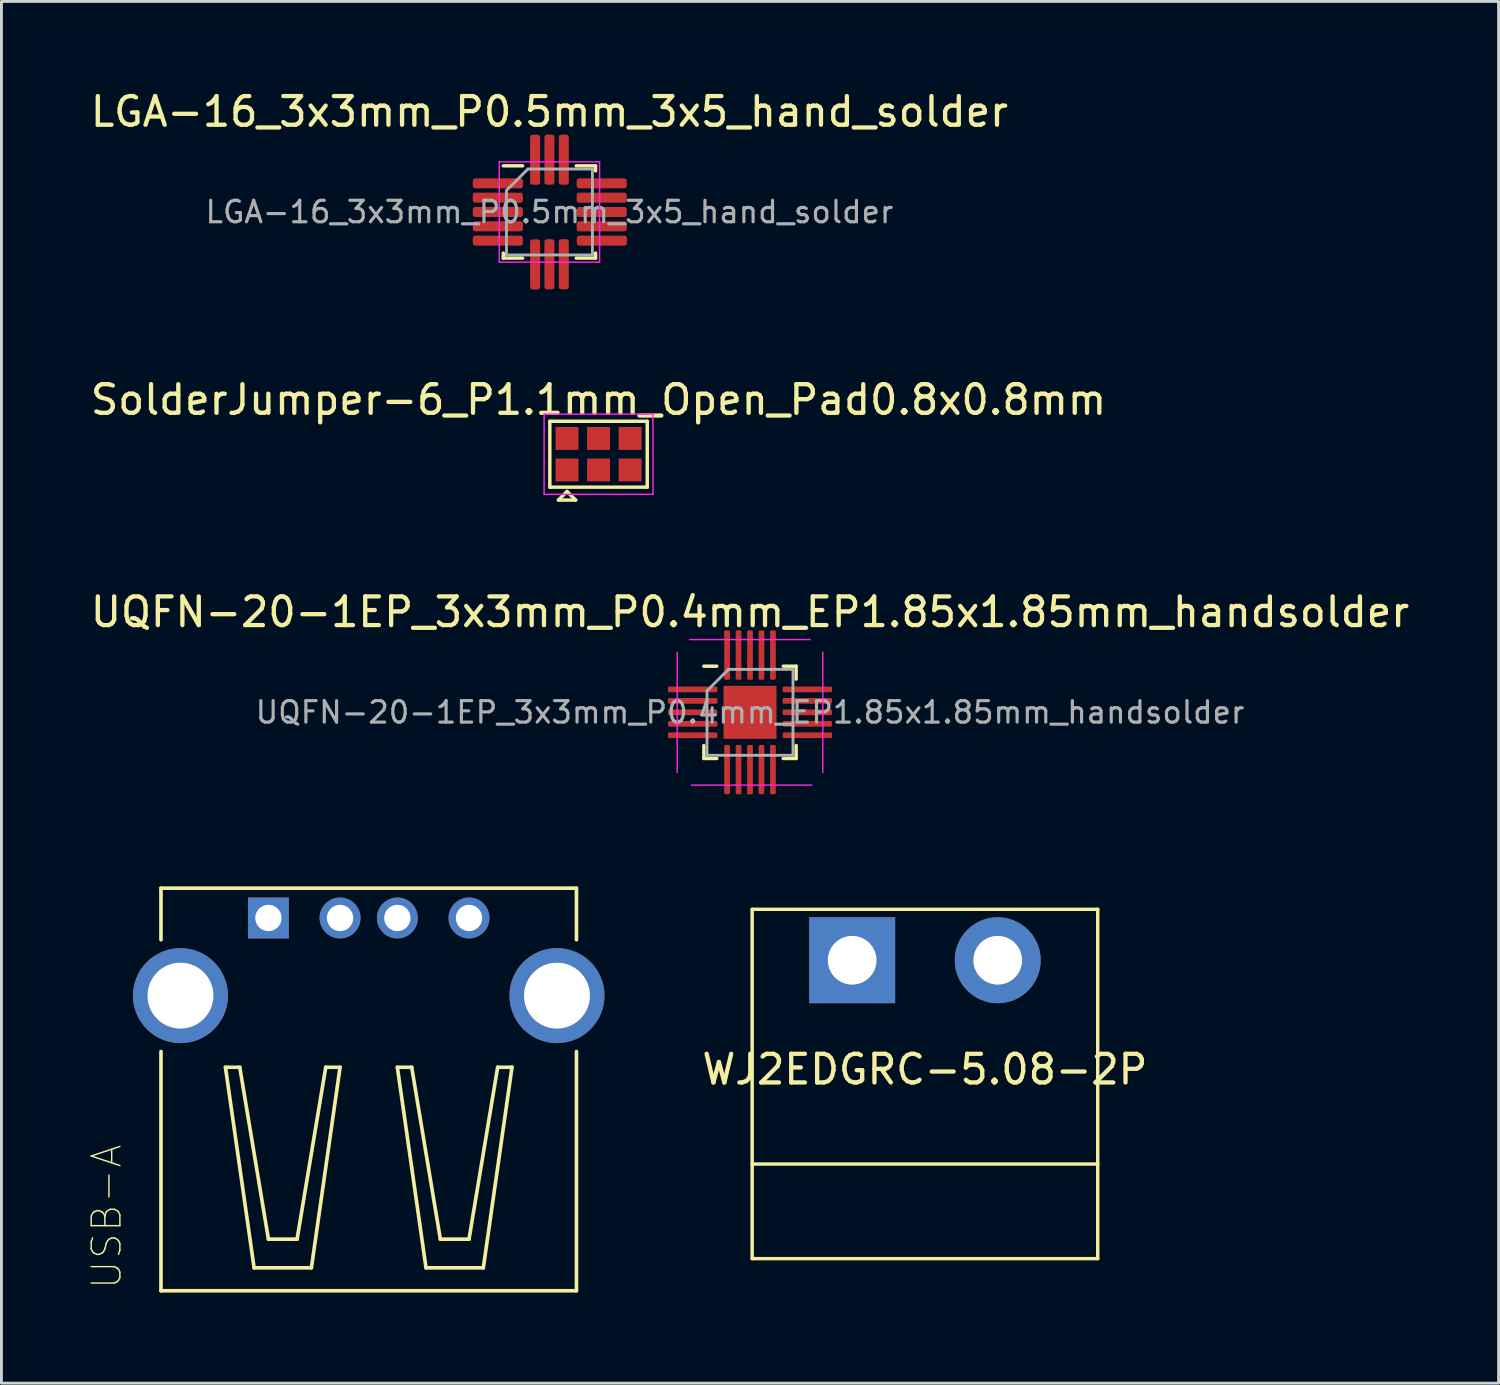
<source format=kicad_pcb>
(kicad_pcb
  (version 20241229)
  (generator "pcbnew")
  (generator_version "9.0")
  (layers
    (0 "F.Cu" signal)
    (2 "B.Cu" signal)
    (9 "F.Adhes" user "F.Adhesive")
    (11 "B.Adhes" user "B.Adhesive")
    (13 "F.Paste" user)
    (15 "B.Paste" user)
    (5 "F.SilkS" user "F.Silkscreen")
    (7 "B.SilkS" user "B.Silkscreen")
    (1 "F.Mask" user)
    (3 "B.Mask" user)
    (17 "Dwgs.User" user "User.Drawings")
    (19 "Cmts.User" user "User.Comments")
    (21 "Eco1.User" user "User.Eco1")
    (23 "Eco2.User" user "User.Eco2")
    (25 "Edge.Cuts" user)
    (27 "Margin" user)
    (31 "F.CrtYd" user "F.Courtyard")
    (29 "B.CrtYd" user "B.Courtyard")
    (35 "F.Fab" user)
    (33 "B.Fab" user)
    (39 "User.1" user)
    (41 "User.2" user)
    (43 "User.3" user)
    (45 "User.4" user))
  (footprint "WJ2EDGRC-5.08-2P"
    (layer "F.Cu")
    (at 29.23 27.922)
    (property "Reference" "WJ2EDGRC-5.08-2P" (at 0 6.35 0) (layer "F.SilkS") (effects (font (size 1 1) (thickness 0.15))))
    (attr through_hole)
    (fp_line (start -6.03 0.762) (end -6.03 12.954) (stroke (width 0.12) (type solid)) (layer "F.SilkS"))
    (fp_line (start -6.03 0.762) (end 6.03 0.762) (stroke (width 0.12) (type solid)) (layer "F.SilkS"))
    (fp_line (start -6.03 9.652) (end 6.03 9.652) (stroke (width 0.12) (type solid)) (layer "F.SilkS"))
    (fp_line (start -6.03 12.954) (end 6.03 12.954) (stroke (width 0.12) (type solid)) (layer "F.SilkS"))
    (fp_line (start 6.03 0.762) (end 6.03 12.954) (stroke (width 0.12) (type solid)) (layer "F.SilkS"))
    (pad "1" thru_hole rect (at -2.54 2.54) (size 3 3) (drill 1.7) (layers "*.Cu" "*.Mask"))
    (pad "2" thru_hole circle (at 2.54 2.54) (size 3 3) (drill 1.7) (layers "*.Cu" "*.Mask")))
  (footprint "LGA-16_3x3mm_P0.5mm_3x5_hand_solder"
    (layer "F.Cu")
    (at 16.125 4.348)
    (property "Reference" "LGA-16_3x3mm_P0.5mm_3x5_hand_solder" (at 0 -3.5 0) (layer "F.SilkS") (effects (font (size 1 1) (thickness 0.15))))
    (attr smd)
    (fp_line (start -1.61 1.61) (end -1.61 1.435) (stroke (width 0.12) (type solid)) (layer "F.SilkS"))
    (fp_line (start -0.935 -1.61) (end -1.61 -1.61) (stroke (width 0.12) (type solid)) (layer "F.SilkS"))
    (fp_line (start -0.935 1.61) (end -1.61 1.61) (stroke (width 0.12) (type solid)) (layer "F.SilkS"))
    (fp_line (start 0.935 -1.61) (end 1.61 -1.61) (stroke (width 0.12) (type solid)) (layer "F.SilkS"))
    (fp_line (start 0.935 1.61) (end 1.61 1.61) (stroke (width 0.12) (type solid)) (layer "F.SilkS"))
    (fp_line (start 1.61 -1.61) (end 1.61 -1.435) (stroke (width 0.12) (type solid)) (layer "F.SilkS"))
    (fp_line (start 1.61 1.61) (end 1.61 1.435) (stroke (width 0.12) (type solid)) (layer "F.SilkS"))
    (fp_line (start -1.75 -1.75) (end -1.75 1.75) (stroke (width 0.05) (type solid)) (layer "F.CrtYd"))
    (fp_line (start -1.75 1.75) (end 1.75 1.75) (stroke (width 0.05) (type solid)) (layer "F.CrtYd"))
    (fp_line (start 1.75 -1.75) (end -1.75 -1.75) (stroke (width 0.05) (type solid)) (layer "F.CrtYd"))
    (fp_line (start 1.75 1.75) (end 1.75 -1.75) (stroke (width 0.05) (type solid)) (layer "F.CrtYd"))
    (fp_line (start -1.5 -0.75) (end -0.75 -1.5) (stroke (width 0.1) (type solid)) (layer "F.Fab"))
    (fp_line (start -1.5 1.5) (end -1.5 -0.75) (stroke (width 0.1) (type solid)) (layer "F.Fab"))
    (fp_line (start -0.75 -1.5) (end 1.5 -1.5) (stroke (width 0.1) (type solid)) (layer "F.Fab"))
    (fp_line (start 1.5 -1.5) (end 1.5 1.5) (stroke (width 0.1) (type solid)) (layer "F.Fab"))
    (fp_line (start 1.5 1.5) (end -1.5 1.5) (stroke (width 0.1) (type solid)) (layer "F.Fab"))
    (fp_text user "${REFERENCE}" (at 0 0 0) (layer "F.Fab") (effects (font (size 0.75 0.75) (thickness 0.11))))
    (pad "1" smd roundrect (at -1.8 -1) (size 1.75 0.35) (layers "F.Cu" "F.Mask" "F.Paste") (roundrect_rratio 0.25))
    (pad "2" smd roundrect (at -1.8 -0.5) (size 1.75 0.35) (layers "F.Cu" "F.Mask" "F.Paste") (roundrect_rratio 0.25))
    (pad "3" smd roundrect (at -1.8 0) (size 1.75 0.35) (layers "F.Cu" "F.Mask" "F.Paste") (roundrect_rratio 0.25))
    (pad "4" smd roundrect (at -1.8 0.5) (size 1.75 0.35) (layers "F.Cu" "F.Mask" "F.Paste") (roundrect_rratio 0.25))
    (pad "5" smd roundrect (at -1.8 1) (size 1.75 0.35) (layers "F.Cu" "F.Mask" "F.Paste") (roundrect_rratio 0.25))
    (pad "6" smd roundrect (at -0.5 1.83) (size 0.35 1.75) (layers "F.Cu" "F.Mask" "F.Paste") (roundrect_rratio 0.25))
    (pad "7" smd roundrect (at 0 1.825) (size 0.35 1.75) (layers "F.Cu" "F.Mask" "F.Paste") (roundrect_rratio 0.25))
    (pad "8" smd roundrect (at 0.5 1.825) (size 0.35 1.75) (layers "F.Cu" "F.Mask" "F.Paste") (roundrect_rratio 0.25))
    (pad "9" smd roundrect (at 1.83 1) (size 1.75 0.35) (layers "F.Cu" "F.Mask" "F.Paste") (roundrect_rratio 0.25))
    (pad "10" smd roundrect (at 1.825 0.5) (size 1.75 0.35) (layers "F.Cu" "F.Mask" "F.Paste") (roundrect_rratio 0.25))
    (pad "11" smd roundrect (at 1.825 0) (size 1.75 0.35) (layers "F.Cu" "F.Mask" "F.Paste") (roundrect_rratio 0.25))
    (pad "12" smd roundrect (at 1.825 -0.5) (size 1.75 0.35) (layers "F.Cu" "F.Mask" "F.Paste") (roundrect_rratio 0.25))
    (pad "13" smd roundrect (at 1.825 -1) (size 1.75 0.35) (layers "F.Cu" "F.Mask" "F.Paste") (roundrect_rratio 0.25))
    (pad "14" smd roundrect (at 0.5 -1.825) (size 0.35 1.75) (layers "F.Cu" "F.Mask" "F.Paste") (roundrect_rratio 0.25))
    (pad "15" smd roundrect (at 0 -1.825) (size 0.35 1.75) (layers "F.Cu" "F.Mask" "F.Paste") (roundrect_rratio 0.25))
    (pad "16" smd roundrect (at -0.5 -1.825) (size 0.35 1.75) (layers "F.Cu" "F.Mask" "F.Paste") (roundrect_rratio 0.25)))
  (footprint "UQFN-20-1EP_3x3mm_P0.4mm_EP1.85x1.85mm_handsolder"
    (layer "F.Cu")
    (at 23.125 21.81)
    (property "Reference" "UQFN-20-1EP_3x3mm_P0.4mm_EP1.85x1.85mm_handsolder" (at 0 -3.5 0) (layer "F.SilkS") (effects (font (size 1 1) (thickness 0.15))))
    (attr smd)
    (fp_line (start -1.61 1.61) (end -1.61 1.16) (stroke (width 0.12) (type solid)) (layer "F.SilkS"))
    (fp_line (start -1.16 -1.61) (end -1.61 -1.61) (stroke (width 0.12) (type solid)) (layer "F.SilkS"))
    (fp_line (start -1.16 1.61) (end -1.61 1.61) (stroke (width 0.12) (type solid)) (layer "F.SilkS"))
    (fp_line (start 1.16 -1.61) (end 1.61 -1.61) (stroke (width 0.12) (type solid)) (layer "F.SilkS"))
    (fp_line (start 1.16 1.61) (end 1.61 1.61) (stroke (width 0.12) (type solid)) (layer "F.SilkS"))
    (fp_line (start 1.61 -1.61) (end 1.61 -1.16) (stroke (width 0.12) (type solid)) (layer "F.SilkS"))
    (fp_line (start 1.61 1.61) (end 1.61 1.16) (stroke (width 0.12) (type solid)) (layer "F.SilkS"))
    (fp_line (start -2.54 -2.1) (end -2.54 2.1) (stroke (width 0.05) (type solid)) (layer "F.CrtYd"))
    (fp_line (start -2.041 2.54) (end 2.159 2.54) (stroke (width 0.05) (type solid)) (layer "F.CrtYd"))
    (fp_line (start 2.1 -2.54) (end -2.1 -2.54) (stroke (width 0.05) (type solid)) (layer "F.CrtYd"))
    (fp_line (start 2.54 2.1) (end 2.54 -2.1) (stroke (width 0.05) (type solid)) (layer "F.CrtYd"))
    (fp_line (start -1.5 -0.75) (end -0.75 -1.5) (stroke (width 0.1) (type solid)) (layer "F.Fab"))
    (fp_line (start -1.5 1.5) (end -1.5 -0.75) (stroke (width 0.1) (type solid)) (layer "F.Fab"))
    (fp_line (start -0.75 -1.5) (end 1.5 -1.5) (stroke (width 0.1) (type solid)) (layer "F.Fab"))
    (fp_line (start 1.5 -1.5) (end 1.5 1.5) (stroke (width 0.1) (type solid)) (layer "F.Fab"))
    (fp_line (start 1.5 1.5) (end -1.5 1.5) (stroke (width 0.1) (type solid)) (layer "F.Fab"))
    (fp_text user "${REFERENCE}" (at 0 0 0) (layer "F.Fab") (effects (font (size 0.75 0.75) (thickness 0.11))))
    (pad "" smd roundrect (at -0.46 -0.46) (size 0.75 0.75) (layers "F.Paste") (roundrect_rratio 0.25))
    (pad "" smd roundrect (at -0.46 0.46) (size 0.75 0.75) (layers "F.Paste") (roundrect_rratio 0.25))
    (pad "" smd roundrect (at 0.46 -0.46) (size 0.75 0.75) (layers "F.Paste") (roundrect_rratio 0.25))
    (pad "" smd roundrect (at 0.46 0.46) (size 0.75 0.75) (layers "F.Paste") (roundrect_rratio 0.25))
    (pad "1" smd roundrect (at -2 -0.8) (size 1.725 0.2) (layers "F.Cu" "F.Mask" "F.Paste") (roundrect_rratio 0.25))
    (pad "2" smd roundrect (at -2 -0.4) (size 1.725 0.2) (layers "F.Cu" "F.Mask" "F.Paste") (roundrect_rratio 0.25))
    (pad "3" smd roundrect (at -2 0) (size 1.725 0.2) (layers "F.Cu" "F.Mask" "F.Paste") (roundrect_rratio 0.25))
    (pad "4" smd roundrect (at -2 0.4) (size 1.725 0.2) (layers "F.Cu" "F.Mask" "F.Paste") (roundrect_rratio 0.25))
    (pad "5" smd roundrect (at -2 0.8) (size 1.725 0.2) (layers "F.Cu" "F.Mask" "F.Paste") (roundrect_rratio 0.25))
    (pad "6" smd roundrect (at -0.8 2) (size 0.2 1.725) (layers "F.Cu" "F.Mask" "F.Paste") (roundrect_rratio 0.25))
    (pad "7" smd roundrect (at -0.4 2) (size 0.2 1.725) (layers "F.Cu" "F.Mask" "F.Paste") (roundrect_rratio 0.25))
    (pad "8" smd roundrect (at 0 2) (size 0.2 1.725) (layers "F.Cu" "F.Mask" "F.Paste") (roundrect_rratio 0.25))
    (pad "9" smd roundrect (at 0.4 2) (size 0.2 1.725) (layers "F.Cu" "F.Mask" "F.Paste") (roundrect_rratio 0.25))
    (pad "10" smd roundrect (at 0.8 2) (size 0.2 1.725) (layers "F.Cu" "F.Mask" "F.Paste") (roundrect_rratio 0.25))
    (pad "11" smd roundrect (at 2 0.8) (size 1.725 0.2) (layers "F.Cu" "F.Mask" "F.Paste") (roundrect_rratio 0.25))
    (pad "12" smd roundrect (at 2 0.4) (size 1.725 0.2) (layers "F.Cu" "F.Mask" "F.Paste") (roundrect_rratio 0.25))
    (pad "13" smd roundrect (at 2 0) (size 1.725 0.2) (layers "F.Cu" "F.Mask" "F.Paste") (roundrect_rratio 0.25))
    (pad "14" smd roundrect (at 2 -0.4) (size 1.725 0.2) (layers "F.Cu" "F.Mask" "F.Paste") (roundrect_rratio 0.25))
    (pad "15" smd roundrect (at 2 -0.8) (size 1.725 0.2) (layers "F.Cu" "F.Mask" "F.Paste") (roundrect_rratio 0.25))
    (pad "16" smd roundrect (at 0.8 -2) (size 0.2 1.725) (layers "F.Cu" "F.Mask" "F.Paste") (roundrect_rratio 0.25))
    (pad "17" smd roundrect (at 0.4 -2) (size 0.2 1.725) (layers "F.Cu" "F.Mask" "F.Paste") (roundrect_rratio 0.25))
    (pad "18" smd roundrect (at 0 -2) (size 0.2 1.725) (layers "F.Cu" "F.Mask" "F.Paste") (roundrect_rratio 0.25))
    (pad "19" smd roundrect (at -0.4 -2) (size 0.2 1.725) (layers "F.Cu" "F.Mask" "F.Paste") (roundrect_rratio 0.25))
    (pad "20" smd roundrect (at -0.8 -2) (size 0.2 1.725) (layers "F.Cu" "F.Mask" "F.Paste") (roundrect_rratio 0.25))
    (pad "21" smd rect (at 0 0) (size 1.85 1.85) (layers "F.Cu" "F.Mask")))
  (footprint "USB-A"
    (layer "F.Cu")
    (at 9.818 31.697)
    (property "Reference" "USB-A" (at -9.145 7.718 90) (layer "F.SilkS") (effects (font (size 1.001 1.001) (thickness 0.05))))
    (attr through_hole)
    (fp_line (start -7.25 -3.75) (end 7.25 -3.75) (stroke (width 0.127) (type solid)) (layer "F.SilkS"))
    (fp_line (start -7.25 -1.95) (end -7.25 -3.75) (stroke (width 0.127) (type solid)) (layer "F.SilkS"))
    (fp_line (start -7.25 10.3) (end -7.25 1.95) (stroke (width 0.127) (type solid)) (layer "F.SilkS"))
    (fp_line (start -5 2.5) (end -4.5 2.5) (stroke (width 0.127) (type solid)) (layer "F.SilkS"))
    (fp_line (start -4.5 2.5) (end -3.5 8.5) (stroke (width 0.127) (type solid)) (layer "F.SilkS"))
    (fp_line (start -4 9.5) (end -5 2.5) (stroke (width 0.127) (type solid)) (layer "F.SilkS"))
    (fp_line (start -3.5 8.5) (end -2.5 8.5) (stroke (width 0.127) (type solid)) (layer "F.SilkS"))
    (fp_line (start -2.5 8.5) (end -1.5 2.5) (stroke (width 0.127) (type solid)) (layer "F.SilkS"))
    (fp_line (start -2 9.5) (end -4 9.5) (stroke (width 0.127) (type solid)) (layer "F.SilkS"))
    (fp_line (start -1.5 2.5) (end -1 2.5) (stroke (width 0.127) (type solid)) (layer "F.SilkS"))
    (fp_line (start -1 2.5) (end -2 9.5) (stroke (width 0.127) (type solid)) (layer "F.SilkS"))
    (fp_line (start 1 2.5) (end 1.5 2.5) (stroke (width 0.127) (type solid)) (layer "F.SilkS"))
    (fp_line (start 1 2.5) (end 2 9.5) (stroke (width 0.127) (type solid)) (layer "F.SilkS"))
    (fp_line (start 1.5 2.5) (end 2.5 8.5) (stroke (width 0.127) (type solid)) (layer "F.SilkS"))
    (fp_line (start 2 9.5) (end 4 9.5) (stroke (width 0.127) (type solid)) (layer "F.SilkS"))
    (fp_line (start 2.5 8.5) (end 3.5 8.5) (stroke (width 0.127) (type solid)) (layer "F.SilkS"))
    (fp_line (start 3.5 8.5) (end 4.5 2.5) (stroke (width 0.127) (type solid)) (layer "F.SilkS"))
    (fp_line (start 4 9.5) (end 5 2.5) (stroke (width 0.127) (type solid)) (layer "F.SilkS"))
    (fp_line (start 4.5 2.5) (end 5 2.5) (stroke (width 0.127) (type solid)) (layer "F.SilkS"))
    (fp_line (start 7.25 -3.75) (end 7.25 -1.95) (stroke (width 0.127) (type solid)) (layer "F.SilkS"))
    (fp_line (start 7.25 1.95) (end 7.25 10.3) (stroke (width 0.127) (type solid)) (layer "F.SilkS"))
    (fp_line (start 7.25 10.3) (end -7.25 10.3) (stroke (width 0.127) (type solid)) (layer "F.SilkS"))
    (fp_line (start -8.5 -4) (end 8.5 -4) (stroke (width 0.05) (type solid)) (layer "Eco1.User"))
    (fp_line (start -8.5 10.5) (end -8.5 -4) (stroke (width 0.05) (type solid)) (layer "Eco1.User"))
    (fp_line (start 8.5 -4) (end 8.5 10.5) (stroke (width 0.05) (type solid)) (layer "Eco1.User"))
    (fp_line (start 8.5 10.5) (end -8.5 10.5) (stroke (width 0.05) (type solid)) (layer "Eco1.User"))
    (pad "1" thru_hole rect (at -3.5 -2.71) (size 1.428 1.428) (drill 0.92) (layers "*.Cu" "*.Mask"))
    (pad "2" thru_hole circle (at -1 -2.71) (size 1.428 1.428) (drill 0.92) (layers "*.Cu" "*.Mask"))
    (pad "3" thru_hole circle (at 1 -2.71) (size 1.428 1.428) (drill 0.92) (layers "*.Cu" "*.Mask"))
    (pad "4" thru_hole circle (at 3.5 -2.71) (size 1.428 1.428) (drill 0.92) (layers "*.Cu" "*.Mask"))
    (pad "5" thru_hole circle (at -6.57 0) (size 3.316 3.316) (drill 2.3) (layers "*.Cu" "*.Mask"))
    (pad "5" thru_hole circle (at 6.57 0) (size 3.316 3.316) (drill 2.3) (layers "*.Cu" "*.Mask")))
  (footprint "SolderJumper-6_P1.1mm_Open_Pad0.8x0.8mm"
    (layer "F.Cu")
    (at 17.839 12.802)
    (property "Reference" "SolderJumper-6_P1.1mm_Open_Pad0.8x0.8mm" (at 0 -1.9 0) (layer "F.SilkS") (effects (font (size 1 1) (thickness 0.15))))
    (attr exclude_from_pos_files exclude_from_bom)
    (fp_line (start -1.7 -1.15) (end 1.7 -1.15) (stroke (width 0.12) (type solid)) (layer "F.SilkS"))
    (fp_line (start -1.7 1.15) (end -1.7 -1.15) (stroke (width 0.12) (type solid)) (layer "F.SilkS"))
    (fp_line (start -1.4 1.6) (end -0.8 1.6) (stroke (width 0.12) (type solid)) (layer "F.SilkS"))
    (fp_line (start -1.1 1.3) (end -1.4 1.6) (stroke (width 0.12) (type solid)) (layer "F.SilkS"))
    (fp_line (start -1.1 1.3) (end -0.8 1.6) (stroke (width 0.12) (type solid)) (layer "F.SilkS"))
    (fp_line (start 1.7 -1.15) (end 1.7 1.15) (stroke (width 0.12) (type solid)) (layer "F.SilkS"))
    (fp_line (start 1.7 1.15) (end -1.7 1.15) (stroke (width 0.12) (type solid)) (layer "F.SilkS"))
    (fp_line (start -1.9 -1.4) (end -1.9 1.4) (stroke (width 0.05) (type solid)) (layer "F.CrtYd"))
    (fp_line (start -1.9 -1.4) (end 1.9 -1.4) (stroke (width 0.05) (type solid)) (layer "F.CrtYd"))
    (fp_line (start 1.9 1.4) (end -1.9 1.4) (stroke (width 0.05) (type solid)) (layer "F.CrtYd"))
    (fp_line (start 1.9 1.4) (end 1.9 -1.4) (stroke (width 0.05) (type solid)) (layer "F.CrtYd"))
    (pad "1" smd rect (at -1.1 0.55) (size 0.8 0.8) (layers "F.Cu" "F.Mask"))
    (pad "2" smd rect (at -1.1 -0.55) (size 0.8 0.8) (layers "F.Cu" "F.Mask"))
    (pad "3" smd rect (at 0 0.55) (size 0.8 0.8) (layers "F.Cu" "F.Mask"))
    (pad "4" smd rect (at 0 -0.55) (size 0.8 0.8) (layers "F.Cu" "F.Mask"))
    (pad "5" smd rect (at 1.1 0.55) (size 0.8 0.8) (layers "F.Cu" "F.Mask"))
    (pad "6" smd rect (at 1.1 -0.55) (size 0.8 0.8) (layers "F.Cu" "F.Mask")))
  (gr_rect
    (start -3 -3)
    (end 49.25 45.222)
    (stroke (width 0.1) (type default))
    (fill no)
    (layer "Edge.Cuts")))
</source>
